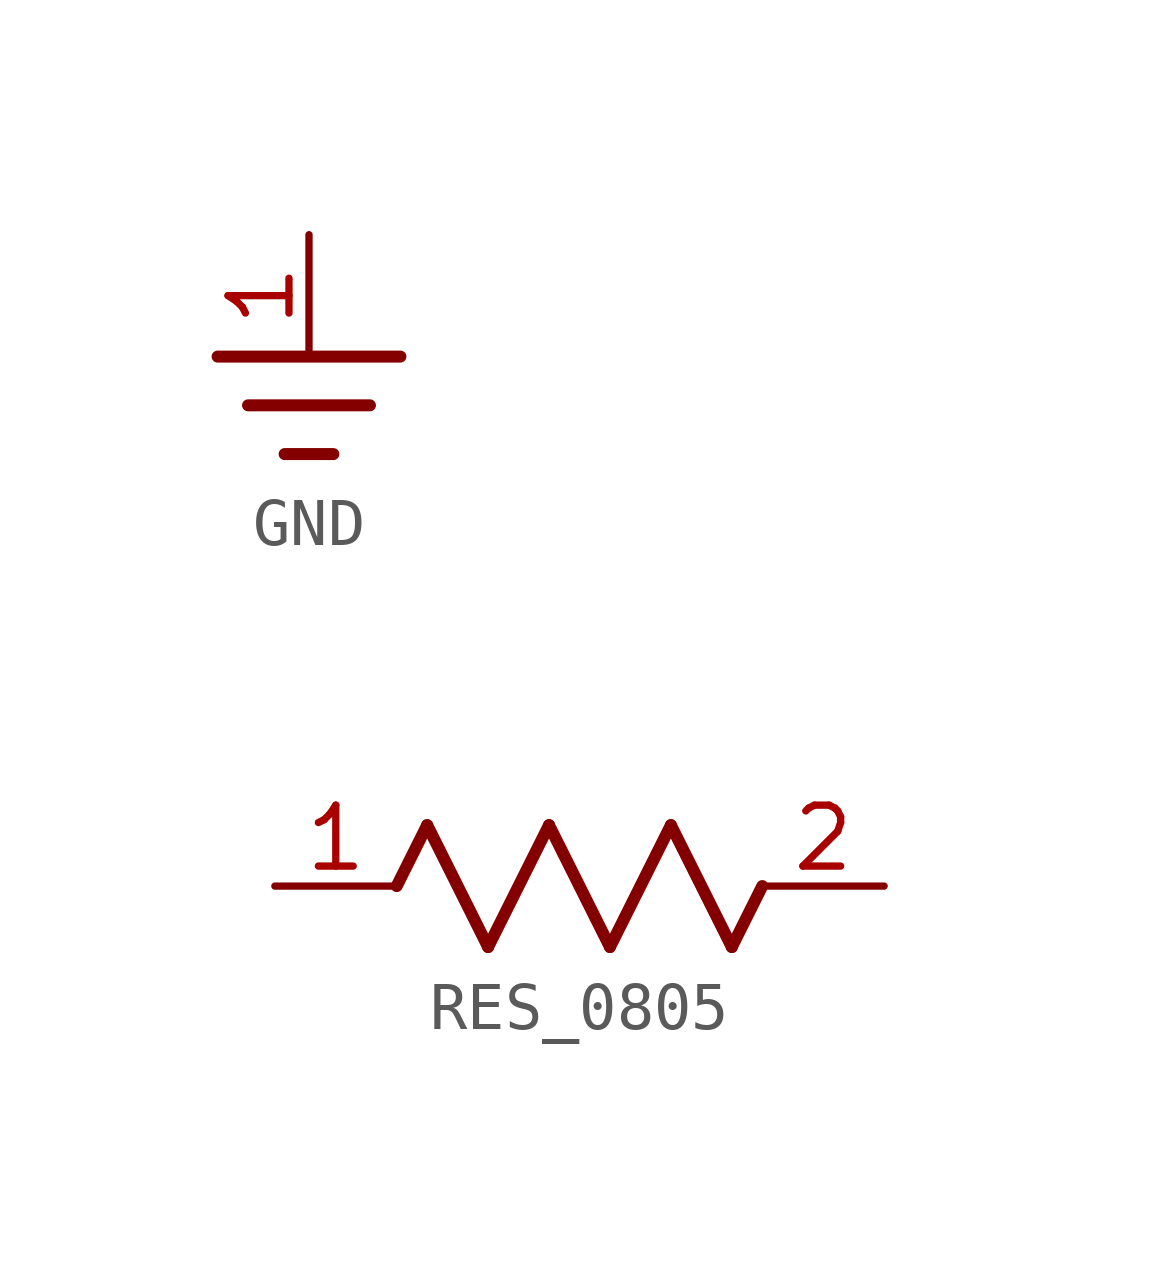
<source format=kicad_sym>
(kicad_symbol_lib
  (version 20211014)
  (generator kicad_symbol_editor)
  (symbol "GND"
    (power)
    (property "Reference" "#P"
      (at 0 0 0)
      (effects (font (size 1.27 1.27)) hide))
    (property "ki_locked" ""
      (at 0 0 0)
      (effects (font (size 1.27 1.27))))
    (symbol "GND_1_0"
      (polyline (pts (xy -1.905 1.016) (xy 1.905 1.016)) (stroke (width 0.25) (type default) (color 0 0 0 0)) (fill (type none)))
      (polyline (pts (xy -1.27 0) (xy 1.27 0)) (stroke (width 0.25) (type default) (color 0 0 0 0)) (fill (type none)))
      (polyline (pts (xy -0.508 -1.016) (xy 0.508 -1.016)) (stroke (width 0.25) (type default) (color 0 0 0 0)) (fill (type none)))
      (pin power_in line (at 0 3.556 270) (length 2.54) (name "GND" (effects (font (size 0 0)))) (number "1" (effects (font (size 1.27 1.27)))))))
  (symbol "RES_0805"
    (property "Reference" "R"
      (at 0 0 0)
      (effects (font (size 1.27 1.27)) hide))
    (property "ki_locked" ""
      (at 0 0 0)
      (effects (font (size 1.27 1.27))))
    (symbol "RES_0805_1_0"
      (polyline (pts (xy -3.81 0) (xy -3.175 1.27)) (stroke (width 0.25) (type default) (color 0 0 0 0)) (fill (type none)))
      (polyline (pts (xy -3.175 1.27) (xy -1.905 -1.27)) (stroke (width 0.25) (type default) (color 0 0 0 0)) (fill (type none)))
      (polyline (pts (xy -1.905 -1.27) (xy -0.635 1.27)) (stroke (width 0.25) (type default) (color 0 0 0 0)) (fill (type none)))
      (polyline (pts (xy -0.635 1.27) (xy 0.635 -1.27)) (stroke (width 0.25) (type default) (color 0 0 0 0)) (fill (type none)))
      (polyline (pts (xy 0.635 -1.27) (xy 1.905 1.27)) (stroke (width 0.25) (type default) (color 0 0 0 0)) (fill (type none)))
      (polyline (pts (xy 1.905 1.27) (xy 3.175 -1.27)) (stroke (width 0.25) (type default) (color 0 0 0 0)) (fill (type none)))
      (polyline (pts (xy 3.175 -1.27) (xy 3.81 0)) (stroke (width 0.25) (type default) (color 0 0 0 0)) (fill (type none)))
      (pin passive line (at -6.35 0 0) (length 2.54) (name "1" (effects (font (size 0 0)))) (number "1" (effects (font (size 1.27 1.27)))))
      (pin passive line (at 6.35 0 180) (length 2.54) (name "2" (effects (font (size 0 0)))) (number "2" (effects (font (size 1.27 1.27))))))))
</source>
